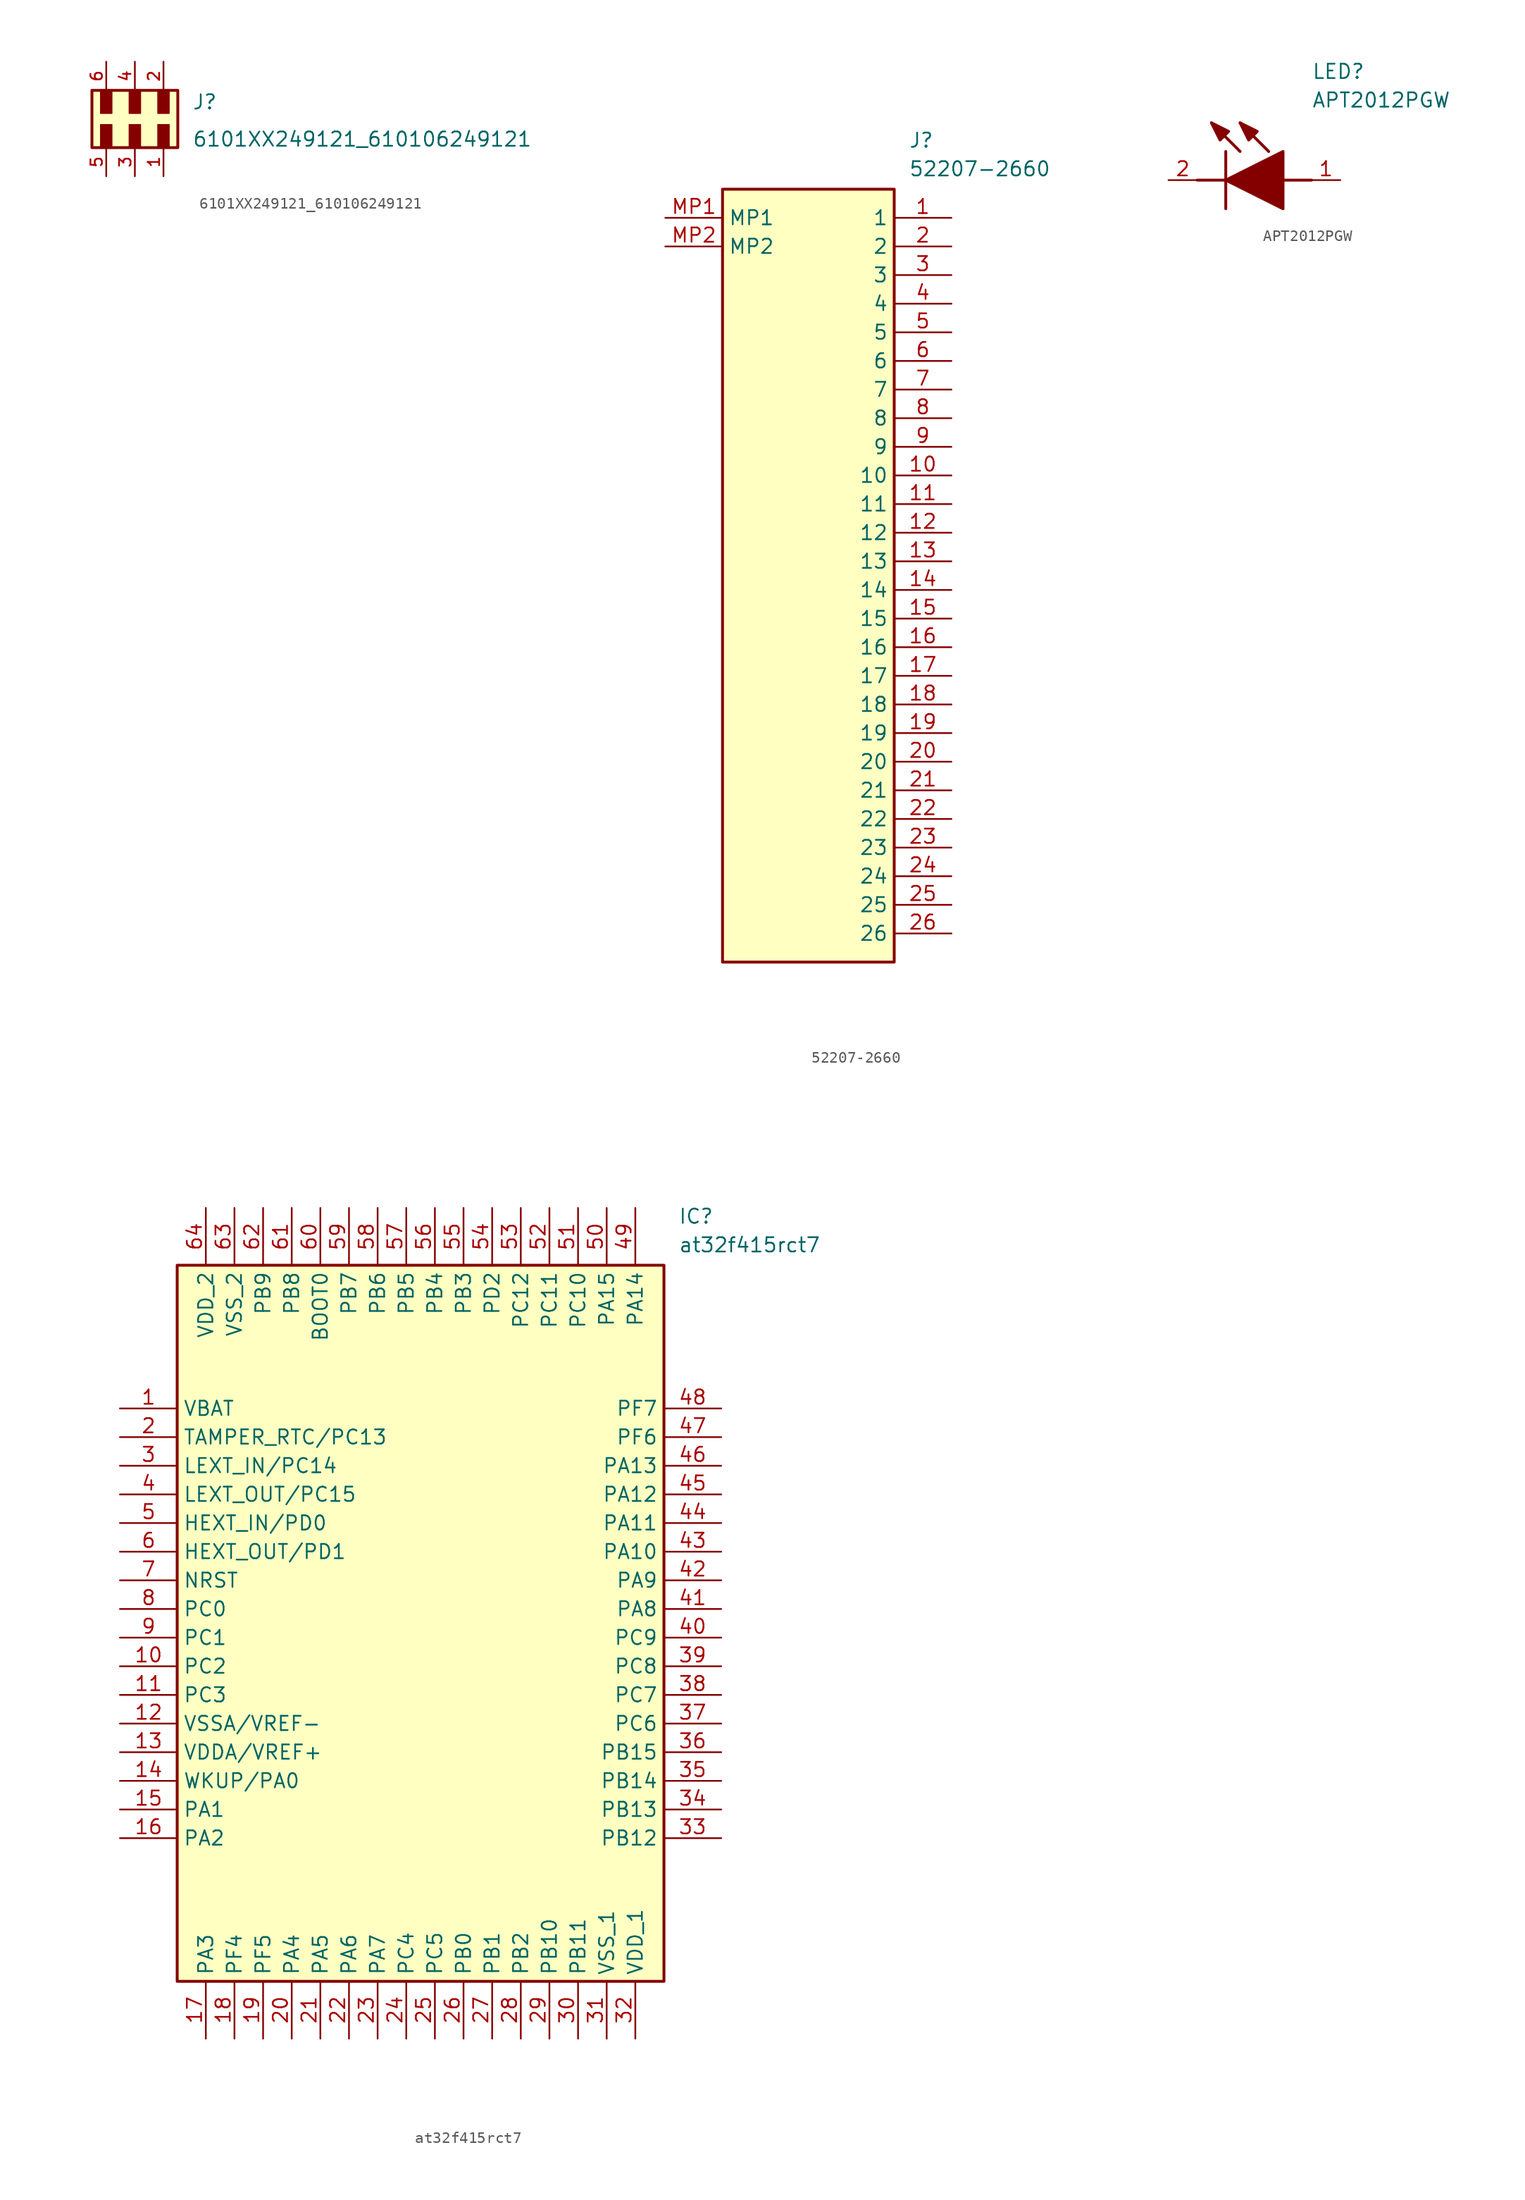
<source format=kicad_sym>
(kicad_symbol_lib
  (version 20231120)
  (generator "kicad_symbol_editor")
  (generator_version "8.0")
  (symbol "6101XX249121_610106249121"
    (pin_names
      (offset 1.016))
    (property "Reference" "J"
      (at 5.08 0.762 0)
      (effects (font (size 1.27 1.27)) (justify left bottom)))
    (property "Value" "6101XX249121_610106249121"
      (at 5.08 -2.54 0)
      (effects (font (size 1.27 1.27)) (justify left bottom)))
    (symbol "6101XX249121_610106249121_0_0"
      (rectangle (start -3.81 -2.54) (end 3.81 2.54) (stroke (width 0.254) (type default)) (fill (type background)))
      (rectangle (start -3.04 -2.5) (end -2.04 -0.5) (stroke (width 0.1) (type default)) (fill (type outline)))
      (rectangle (start -3.04 0.5) (end -2.04 2.5) (stroke (width 0.1) (type default)) (fill (type outline)))
      (rectangle (start -0.5 -2.5) (end 0.5 -0.5) (stroke (width 0.1) (type default)) (fill (type outline)))
      (rectangle (start -0.5 0.5) (end 0.5 2.5) (stroke (width 0.1) (type default)) (fill (type outline)))
      (rectangle (start 2.04 -2.5) (end 3.04 -0.5) (stroke (width 0.1) (type default)) (fill (type outline)))
      (rectangle (start 2.04 0.5) (end 3.04 2.5) (stroke (width 0.1) (type default)) (fill (type outline)))
      (pin passive line (at 2.54 -5.08 90) (length 2.54) (name "~" (effects (font (size 1.016 1.016)))) (number "1" (effects (font (size 1.016 1.016)))))
      (pin passive line (at 2.54 5.08 270) (length 2.54) (name "~" (effects (font (size 1.016 1.016)))) (number "2" (effects (font (size 1.016 1.016)))))
      (pin passive line (at 0 -5.08 90) (length 2.54) (name "~" (effects (font (size 1.016 1.016)))) (number "3" (effects (font (size 1.016 1.016)))))
      (pin passive line (at 0 5.08 270) (length 2.54) (name "~" (effects (font (size 1.016 1.016)))) (number "4" (effects (font (size 1.016 1.016)))))
      (pin passive line (at -2.54 -5.08 90) (length 2.54) (name "~" (effects (font (size 1.016 1.016)))) (number "5" (effects (font (size 1.016 1.016)))))
      (pin passive line (at -2.54 5.08 270) (length 2.54) (name "~" (effects (font (size 1.016 1.016)))) (number "6" (effects (font (size 1.016 1.016)))))))
  (symbol "52207-2660"
    (property "Reference" "J"
      (at 21.59 7.62 0)
      (effects (font (size 1.27 1.27)) (justify left top)))
    (property "Value" "52207-2660"
      (at 21.59 5.08 0)
      (effects (font (size 1.27 1.27)) (justify left top)))
    (symbol "52207-2660_1_1"
      (rectangle (start 5.08 2.54) (end 20.32 -66.04) (stroke (width 0.254) (type default)) (fill (type background)))
      (pin passive line (at 25.4 0 180) (length 5.08) (name "1" (effects (font (size 1.27 1.27)))) (number "1" (effects (font (size 1.27 1.27)))))
      (pin passive line (at 25.4 -22.86 180) (length 5.08) (name "10" (effects (font (size 1.27 1.27)))) (number "10" (effects (font (size 1.27 1.27)))))
      (pin passive line (at 25.4 -25.4 180) (length 5.08) (name "11" (effects (font (size 1.27 1.27)))) (number "11" (effects (font (size 1.27 1.27)))))
      (pin passive line (at 25.4 -27.94 180) (length 5.08) (name "12" (effects (font (size 1.27 1.27)))) (number "12" (effects (font (size 1.27 1.27)))))
      (pin passive line (at 25.4 -30.48 180) (length 5.08) (name "13" (effects (font (size 1.27 1.27)))) (number "13" (effects (font (size 1.27 1.27)))))
      (pin passive line (at 25.4 -33.02 180) (length 5.08) (name "14" (effects (font (size 1.27 1.27)))) (number "14" (effects (font (size 1.27 1.27)))))
      (pin passive line (at 25.4 -35.56 180) (length 5.08) (name "15" (effects (font (size 1.27 1.27)))) (number "15" (effects (font (size 1.27 1.27)))))
      (pin passive line (at 25.4 -38.1 180) (length 5.08) (name "16" (effects (font (size 1.27 1.27)))) (number "16" (effects (font (size 1.27 1.27)))))
      (pin passive line (at 25.4 -40.64 180) (length 5.08) (name "17" (effects (font (size 1.27 1.27)))) (number "17" (effects (font (size 1.27 1.27)))))
      (pin passive line (at 25.4 -43.18 180) (length 5.08) (name "18" (effects (font (size 1.27 1.27)))) (number "18" (effects (font (size 1.27 1.27)))))
      (pin passive line (at 25.4 -45.72 180) (length 5.08) (name "19" (effects (font (size 1.27 1.27)))) (number "19" (effects (font (size 1.27 1.27)))))
      (pin passive line (at 25.4 -2.54 180) (length 5.08) (name "2" (effects (font (size 1.27 1.27)))) (number "2" (effects (font (size 1.27 1.27)))))
      (pin passive line (at 25.4 -48.26 180) (length 5.08) (name "20" (effects (font (size 1.27 1.27)))) (number "20" (effects (font (size 1.27 1.27)))))
      (pin passive line (at 25.4 -50.8 180) (length 5.08) (name "21" (effects (font (size 1.27 1.27)))) (number "21" (effects (font (size 1.27 1.27)))))
      (pin passive line (at 25.4 -53.34 180) (length 5.08) (name "22" (effects (font (size 1.27 1.27)))) (number "22" (effects (font (size 1.27 1.27)))))
      (pin passive line (at 25.4 -55.88 180) (length 5.08) (name "23" (effects (font (size 1.27 1.27)))) (number "23" (effects (font (size 1.27 1.27)))))
      (pin passive line (at 25.4 -58.42 180) (length 5.08) (name "24" (effects (font (size 1.27 1.27)))) (number "24" (effects (font (size 1.27 1.27)))))
      (pin passive line (at 25.4 -60.96 180) (length 5.08) (name "25" (effects (font (size 1.27 1.27)))) (number "25" (effects (font (size 1.27 1.27)))))
      (pin passive line (at 25.4 -63.5 180) (length 5.08) (name "26" (effects (font (size 1.27 1.27)))) (number "26" (effects (font (size 1.27 1.27)))))
      (pin passive line (at 25.4 -5.08 180) (length 5.08) (name "3" (effects (font (size 1.27 1.27)))) (number "3" (effects (font (size 1.27 1.27)))))
      (pin passive line (at 25.4 -7.62 180) (length 5.08) (name "4" (effects (font (size 1.27 1.27)))) (number "4" (effects (font (size 1.27 1.27)))))
      (pin passive line (at 25.4 -10.16 180) (length 5.08) (name "5" (effects (font (size 1.27 1.27)))) (number "5" (effects (font (size 1.27 1.27)))))
      (pin passive line (at 25.4 -12.7 180) (length 5.08) (name "6" (effects (font (size 1.27 1.27)))) (number "6" (effects (font (size 1.27 1.27)))))
      (pin passive line (at 25.4 -15.24 180) (length 5.08) (name "7" (effects (font (size 1.27 1.27)))) (number "7" (effects (font (size 1.27 1.27)))))
      (pin passive line (at 25.4 -17.78 180) (length 5.08) (name "8" (effects (font (size 1.27 1.27)))) (number "8" (effects (font (size 1.27 1.27)))))
      (pin passive line (at 25.4 -20.32 180) (length 5.08) (name "9" (effects (font (size 1.27 1.27)))) (number "9" (effects (font (size 1.27 1.27)))))
      (pin passive line (at 0 0 0) (length 5.08) (name "MP1" (effects (font (size 1.27 1.27)))) (number "MP1" (effects (font (size 1.27 1.27)))))
      (pin passive line (at 0 -2.54 0) (length 5.08) (name "MP2" (effects (font (size 1.27 1.27)))) (number "MP2" (effects (font (size 1.27 1.27)))))))
  (symbol "APT2012PGW"
    (pin_names hide)
    (property "Reference" "LED"
      (at 12.7 8.89 0)
      (effects (font (size 1.27 1.27)) (justify left bottom)))
    (property "Value" "APT2012PGW"
      (at 12.7 6.35 0)
      (effects (font (size 1.27 1.27)) (justify left bottom)))
    (symbol "APT2012PGW_1_1"
      (polyline (pts (xy 2.54 0) (xy 5.08 0)) (stroke (width 0.254) (type default)) (fill (type none)))
      (polyline (pts (xy 5.08 2.54) (xy 5.08 -2.54)) (stroke (width 0.254) (type default)) (fill (type none)))
      (polyline (pts (xy 6.35 2.54) (xy 3.81 5.08)) (stroke (width 0.254) (type default)) (fill (type none)))
      (polyline (pts (xy 8.89 2.54) (xy 6.35 5.08)) (stroke (width 0.254) (type default)) (fill (type none)))
      (polyline (pts (xy 10.16 0) (xy 12.7 0)) (stroke (width 0.254) (type default)) (fill (type none)))
      (polyline (pts (xy 5.08 0) (xy 10.16 2.54) (xy 10.16 -2.54) (xy 5.08 0)) (stroke (width 0.254) (type default)) (fill (type outline)))
      (polyline (pts (xy 5.334 4.318) (xy 4.572 3.556) (xy 3.81 5.08) (xy 5.334 4.318)) (stroke (width 0.254) (type default)) (fill (type outline)))
      (polyline (pts (xy 7.874 4.318) (xy 7.112 3.556) (xy 6.35 5.08) (xy 7.874 4.318)) (stroke (width 0.254) (type default)) (fill (type outline)))
      (pin passive line (at 15.24 0 180) (length 2.54) (name "A" (effects (font (size 1.27 1.27)))) (number "1" (effects (font (size 1.27 1.27)))))
      (pin passive line (at 0 0 0) (length 2.54) (name "K" (effects (font (size 1.27 1.27)))) (number "2" (effects (font (size 1.27 1.27)))))))
  (symbol "at32f415rct7"
    (property "Reference" "IC"
      (at 49.53 17.78 0)
      (effects (font (size 1.27 1.27)) (justify left top)))
    (property "Value" "at32f415rct7"
      (at 49.53 15.24 0)
      (effects (font (size 1.27 1.27)) (justify left top)))
    (symbol "at32f415rct7_1_1"
      (rectangle (start 5.08 12.7) (end 48.26 -50.8) (stroke (width 0.254) (type default)) (fill (type background)))
      (pin passive line (at 0 0 0) (length 5.08) (name "VBAT" (effects (font (size 1.27 1.27)))) (number "1" (effects (font (size 1.27 1.27)))))
      (pin passive line (at 0 -22.86 0) (length 5.08) (name "PC2" (effects (font (size 1.27 1.27)))) (number "10" (effects (font (size 1.27 1.27)))))
      (pin passive line (at 0 -25.4 0) (length 5.08) (name "PC3" (effects (font (size 1.27 1.27)))) (number "11" (effects (font (size 1.27 1.27)))))
      (pin passive line (at 0 -27.94 0) (length 5.08) (name "VSSA/VREF-" (effects (font (size 1.27 1.27)))) (number "12" (effects (font (size 1.27 1.27)))))
      (pin passive line (at 0 -30.48 0) (length 5.08) (name "VDDA/VREF+" (effects (font (size 1.27 1.27)))) (number "13" (effects (font (size 1.27 1.27)))))
      (pin passive line (at 0 -33.02 0) (length 5.08) (name "WKUP/PA0" (effects (font (size 1.27 1.27)))) (number "14" (effects (font (size 1.27 1.27)))))
      (pin passive line (at 0 -35.56 0) (length 5.08) (name "PA1" (effects (font (size 1.27 1.27)))) (number "15" (effects (font (size 1.27 1.27)))))
      (pin passive line (at 0 -38.1 0) (length 5.08) (name "PA2" (effects (font (size 1.27 1.27)))) (number "16" (effects (font (size 1.27 1.27)))))
      (pin passive line (at 7.62 -55.88 90) (length 5.08) (name "PA3" (effects (font (size 1.27 1.27)))) (number "17" (effects (font (size 1.27 1.27)))))
      (pin passive line (at 10.16 -55.88 90) (length 5.08) (name "PF4" (effects (font (size 1.27 1.27)))) (number "18" (effects (font (size 1.27 1.27)))))
      (pin passive line (at 12.7 -55.88 90) (length 5.08) (name "PF5" (effects (font (size 1.27 1.27)))) (number "19" (effects (font (size 1.27 1.27)))))
      (pin passive line (at 0 -2.54 0) (length 5.08) (name "TAMPER_RTC/PC13" (effects (font (size 1.27 1.27)))) (number "2" (effects (font (size 1.27 1.27)))))
      (pin passive line (at 15.24 -55.88 90) (length 5.08) (name "PA4" (effects (font (size 1.27 1.27)))) (number "20" (effects (font (size 1.27 1.27)))))
      (pin passive line (at 17.78 -55.88 90) (length 5.08) (name "PA5" (effects (font (size 1.27 1.27)))) (number "21" (effects (font (size 1.27 1.27)))))
      (pin passive line (at 20.32 -55.88 90) (length 5.08) (name "PA6" (effects (font (size 1.27 1.27)))) (number "22" (effects (font (size 1.27 1.27)))))
      (pin passive line (at 22.86 -55.88 90) (length 5.08) (name "PA7" (effects (font (size 1.27 1.27)))) (number "23" (effects (font (size 1.27 1.27)))))
      (pin passive line (at 25.4 -55.88 90) (length 5.08) (name "PC4" (effects (font (size 1.27 1.27)))) (number "24" (effects (font (size 1.27 1.27)))))
      (pin passive line (at 27.94 -55.88 90) (length 5.08) (name "PC5" (effects (font (size 1.27 1.27)))) (number "25" (effects (font (size 1.27 1.27)))))
      (pin passive line (at 30.48 -55.88 90) (length 5.08) (name "PB0" (effects (font (size 1.27 1.27)))) (number "26" (effects (font (size 1.27 1.27)))))
      (pin passive line (at 33.02 -55.88 90) (length 5.08) (name "PB1" (effects (font (size 1.27 1.27)))) (number "27" (effects (font (size 1.27 1.27)))))
      (pin passive line (at 35.56 -55.88 90) (length 5.08) (name "PB2" (effects (font (size 1.27 1.27)))) (number "28" (effects (font (size 1.27 1.27)))))
      (pin passive line (at 38.1 -55.88 90) (length 5.08) (name "PB10" (effects (font (size 1.27 1.27)))) (number "29" (effects (font (size 1.27 1.27)))))
      (pin passive line (at 0 -5.08 0) (length 5.08) (name "LEXT_IN/PC14" (effects (font (size 1.27 1.27)))) (number "3" (effects (font (size 1.27 1.27)))))
      (pin passive line (at 40.64 -55.88 90) (length 5.08) (name "PB11" (effects (font (size 1.27 1.27)))) (number "30" (effects (font (size 1.27 1.27)))))
      (pin passive line (at 43.18 -55.88 90) (length 5.08) (name "VSS_1" (effects (font (size 1.27 1.27)))) (number "31" (effects (font (size 1.27 1.27)))))
      (pin passive line (at 45.72 -55.88 90) (length 5.08) (name "VDD_1" (effects (font (size 1.27 1.27)))) (number "32" (effects (font (size 1.27 1.27)))))
      (pin passive line (at 53.34 -38.1 180) (length 5.08) (name "PB12" (effects (font (size 1.27 1.27)))) (number "33" (effects (font (size 1.27 1.27)))))
      (pin passive line (at 53.34 -35.56 180) (length 5.08) (name "PB13" (effects (font (size 1.27 1.27)))) (number "34" (effects (font (size 1.27 1.27)))))
      (pin passive line (at 53.34 -33.02 180) (length 5.08) (name "PB14" (effects (font (size 1.27 1.27)))) (number "35" (effects (font (size 1.27 1.27)))))
      (pin passive line (at 53.34 -30.48 180) (length 5.08) (name "PB15" (effects (font (size 1.27 1.27)))) (number "36" (effects (font (size 1.27 1.27)))))
      (pin passive line (at 53.34 -27.94 180) (length 5.08) (name "PC6" (effects (font (size 1.27 1.27)))) (number "37" (effects (font (size 1.27 1.27)))))
      (pin passive line (at 53.34 -25.4 180) (length 5.08) (name "PC7" (effects (font (size 1.27 1.27)))) (number "38" (effects (font (size 1.27 1.27)))))
      (pin passive line (at 53.34 -22.86 180) (length 5.08) (name "PC8" (effects (font (size 1.27 1.27)))) (number "39" (effects (font (size 1.27 1.27)))))
      (pin passive line (at 0 -7.62 0) (length 5.08) (name "LEXT_OUT/PC15" (effects (font (size 1.27 1.27)))) (number "4" (effects (font (size 1.27 1.27)))))
      (pin passive line (at 53.34 -20.32 180) (length 5.08) (name "PC9" (effects (font (size 1.27 1.27)))) (number "40" (effects (font (size 1.27 1.27)))))
      (pin passive line (at 53.34 -17.78 180) (length 5.08) (name "PA8" (effects (font (size 1.27 1.27)))) (number "41" (effects (font (size 1.27 1.27)))))
      (pin passive line (at 53.34 -15.24 180) (length 5.08) (name "PA9" (effects (font (size 1.27 1.27)))) (number "42" (effects (font (size 1.27 1.27)))))
      (pin passive line (at 53.34 -12.7 180) (length 5.08) (name "PA10" (effects (font (size 1.27 1.27)))) (number "43" (effects (font (size 1.27 1.27)))))
      (pin passive line (at 53.34 -10.16 180) (length 5.08) (name "PA11" (effects (font (size 1.27 1.27)))) (number "44" (effects (font (size 1.27 1.27)))))
      (pin passive line (at 53.34 -7.62 180) (length 5.08) (name "PA12" (effects (font (size 1.27 1.27)))) (number "45" (effects (font (size 1.27 1.27)))))
      (pin passive line (at 53.34 -5.08 180) (length 5.08) (name "PA13" (effects (font (size 1.27 1.27)))) (number "46" (effects (font (size 1.27 1.27)))))
      (pin passive line (at 53.34 -2.54 180) (length 5.08) (name "PF6" (effects (font (size 1.27 1.27)))) (number "47" (effects (font (size 1.27 1.27)))))
      (pin passive line (at 53.34 0 180) (length 5.08) (name "PF7" (effects (font (size 1.27 1.27)))) (number "48" (effects (font (size 1.27 1.27)))))
      (pin passive line (at 45.72 17.78 270) (length 5.08) (name "PA14" (effects (font (size 1.27 1.27)))) (number "49" (effects (font (size 1.27 1.27)))))
      (pin passive line (at 0 -10.16 0) (length 5.08) (name "HEXT_IN/PD0" (effects (font (size 1.27 1.27)))) (number "5" (effects (font (size 1.27 1.27)))))
      (pin passive line (at 43.18 17.78 270) (length 5.08) (name "PA15" (effects (font (size 1.27 1.27)))) (number "50" (effects (font (size 1.27 1.27)))))
      (pin passive line (at 40.64 17.78 270) (length 5.08) (name "PC10" (effects (font (size 1.27 1.27)))) (number "51" (effects (font (size 1.27 1.27)))))
      (pin passive line (at 38.1 17.78 270) (length 5.08) (name "PC11" (effects (font (size 1.27 1.27)))) (number "52" (effects (font (size 1.27 1.27)))))
      (pin passive line (at 35.56 17.78 270) (length 5.08) (name "PC12" (effects (font (size 1.27 1.27)))) (number "53" (effects (font (size 1.27 1.27)))))
      (pin passive line (at 33.02 17.78 270) (length 5.08) (name "PD2" (effects (font (size 1.27 1.27)))) (number "54" (effects (font (size 1.27 1.27)))))
      (pin passive line (at 30.48 17.78 270) (length 5.08) (name "PB3" (effects (font (size 1.27 1.27)))) (number "55" (effects (font (size 1.27 1.27)))))
      (pin passive line (at 27.94 17.78 270) (length 5.08) (name "PB4" (effects (font (size 1.27 1.27)))) (number "56" (effects (font (size 1.27 1.27)))))
      (pin passive line (at 25.4 17.78 270) (length 5.08) (name "PB5" (effects (font (size 1.27 1.27)))) (number "57" (effects (font (size 1.27 1.27)))))
      (pin passive line (at 22.86 17.78 270) (length 5.08) (name "PB6" (effects (font (size 1.27 1.27)))) (number "58" (effects (font (size 1.27 1.27)))))
      (pin passive line (at 20.32 17.78 270) (length 5.08) (name "PB7" (effects (font (size 1.27 1.27)))) (number "59" (effects (font (size 1.27 1.27)))))
      (pin passive line (at 0 -12.7 0) (length 5.08) (name "HEXT_OUT/PD1" (effects (font (size 1.27 1.27)))) (number "6" (effects (font (size 1.27 1.27)))))
      (pin passive line (at 17.78 17.78 270) (length 5.08) (name "BOOT0" (effects (font (size 1.27 1.27)))) (number "60" (effects (font (size 1.27 1.27)))))
      (pin passive line (at 15.24 17.78 270) (length 5.08) (name "PB8" (effects (font (size 1.27 1.27)))) (number "61" (effects (font (size 1.27 1.27)))))
      (pin passive line (at 12.7 17.78 270) (length 5.08) (name "PB9" (effects (font (size 1.27 1.27)))) (number "62" (effects (font (size 1.27 1.27)))))
      (pin passive line (at 10.16 17.78 270) (length 5.08) (name "VSS_2" (effects (font (size 1.27 1.27)))) (number "63" (effects (font (size 1.27 1.27)))))
      (pin passive line (at 7.62 17.78 270) (length 5.08) (name "VDD_2" (effects (font (size 1.27 1.27)))) (number "64" (effects (font (size 1.27 1.27)))))
      (pin passive line (at 0 -15.24 0) (length 5.08) (name "NRST" (effects (font (size 1.27 1.27)))) (number "7" (effects (font (size 1.27 1.27)))))
      (pin passive line (at 0 -17.78 0) (length 5.08) (name "PC0" (effects (font (size 1.27 1.27)))) (number "8" (effects (font (size 1.27 1.27)))))
      (pin passive line (at 0 -20.32 0) (length 5.08) (name "PC1" (effects (font (size 1.27 1.27)))) (number "9" (effects (font (size 1.27 1.27))))))))
</source>
